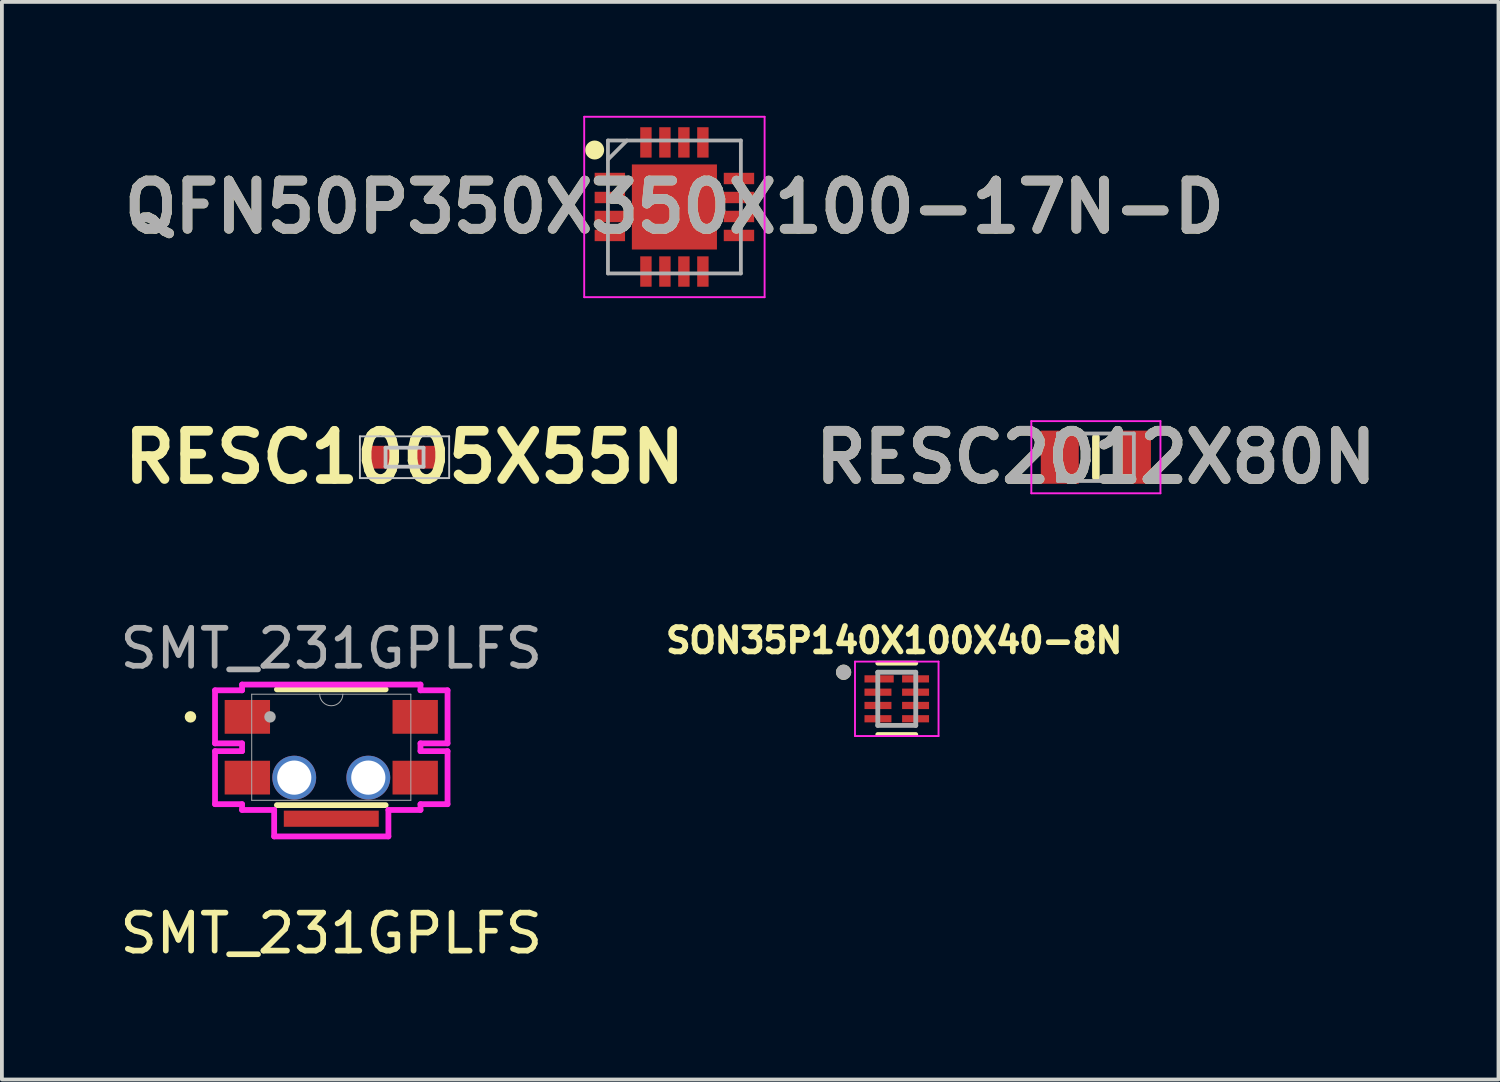
<source format=kicad_pcb>
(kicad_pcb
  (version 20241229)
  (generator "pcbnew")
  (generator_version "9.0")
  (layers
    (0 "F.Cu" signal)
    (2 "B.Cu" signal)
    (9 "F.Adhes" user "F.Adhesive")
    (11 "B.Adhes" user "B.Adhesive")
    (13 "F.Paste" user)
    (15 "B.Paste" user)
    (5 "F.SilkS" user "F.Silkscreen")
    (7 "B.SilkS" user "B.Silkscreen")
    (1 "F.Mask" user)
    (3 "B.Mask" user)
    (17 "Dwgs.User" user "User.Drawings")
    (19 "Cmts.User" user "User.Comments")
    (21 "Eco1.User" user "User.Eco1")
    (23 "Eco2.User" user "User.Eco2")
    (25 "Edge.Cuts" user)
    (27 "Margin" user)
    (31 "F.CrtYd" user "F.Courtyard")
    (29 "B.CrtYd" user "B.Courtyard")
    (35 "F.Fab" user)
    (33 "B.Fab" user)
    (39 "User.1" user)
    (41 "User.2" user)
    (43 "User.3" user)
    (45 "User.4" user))
  (footprint "RESC1005X55N"
    (layer "F.Cu")
    (at 7.602 8.989)
    (property "Reference" "RESC1005X55N" (at 0 0 0) (layer "F.SilkS") (effects (font (size 1.27 1.27) (thickness 0.254))))
    (attr smd)
    (fp_line (start -1.175 -0.55) (end 1.175 -0.55) (stroke (width 0.05) (type solid)) (layer "Dwgs.User"))
    (fp_line (start -1.175 0.55) (end -1.175 -0.55) (stroke (width 0.05) (type solid)) (layer "Dwgs.User"))
    (fp_line (start -0.5 -0.25) (end 0.5 -0.25) (stroke (width 0.1) (type solid)) (layer "Dwgs.User"))
    (fp_line (start -0.5 0.25) (end -0.5 -0.25) (stroke (width 0.1) (type solid)) (layer "Dwgs.User"))
    (fp_line (start 0.5 -0.25) (end 0.5 0.25) (stroke (width 0.1) (type solid)) (layer "Dwgs.User"))
    (fp_line (start 0.5 0.25) (end -0.5 0.25) (stroke (width 0.1) (type solid)) (layer "Dwgs.User"))
    (fp_line (start 1.175 -0.55) (end 1.175 0.55) (stroke (width 0.05) (type solid)) (layer "Dwgs.User"))
    (fp_line (start 1.175 0.55) (end -1.175 0.55) (stroke (width 0.05) (type solid)) (layer "Dwgs.User"))
    (pad "1" smd rect (at -0.55 0 90) (size 0.6 0.75) (layers "F.Cu" "F.Mask" "F.Paste"))
    (pad "2" smd rect (at 0.55 0 90) (size 0.6 0.75) (layers "F.Cu" "F.Mask" "F.Paste")))
  (footprint "SON35P140X100X40-8N"
    (layer "F.Cu")
    (at 20.563 15.351)
    (property "Reference" "SON35P140X100X40-8N" (at -0.068 -1.536 0) (layer "F.SilkS") (effects (font (size 0.64 0.64) (thickness 0.15))))
    (attr smd allow_soldermask_bridges)
    (fp_line (start -0.5 -0.94) (end 0.5 -0.94) (stroke (width 0.127) (type solid)) (layer "F.SilkS"))
    (fp_line (start -0.5 0.94) (end 0.5 0.94) (stroke (width 0.127) (type solid)) (layer "F.SilkS"))
    (fp_circle (center -1.4 -0.7) (end -1.3 -0.7) (stroke (width 0.2) (type solid)) (fill no) (layer "F.SilkS"))
    (fp_line (start -1.1 -0.98) (end 1.1 -0.98) (stroke (width 0.05) (type solid)) (layer "F.CrtYd"))
    (fp_line (start -1.1 0.98) (end -1.1 -0.98) (stroke (width 0.05) (type solid)) (layer "F.CrtYd"))
    (fp_line (start 1.1 -0.98) (end 1.1 0.98) (stroke (width 0.05) (type solid)) (layer "F.CrtYd"))
    (fp_line (start 1.1 0.98) (end -1.1 0.98) (stroke (width 0.05) (type solid)) (layer "F.CrtYd"))
    (fp_line (start -0.5 -0.7) (end 0.5 -0.7) (stroke (width 0.127) (type solid)) (layer "F.Fab"))
    (fp_line (start -0.5 0.7) (end -0.5 -0.7) (stroke (width 0.127) (type solid)) (layer "F.Fab"))
    (fp_line (start 0.5 -0.7) (end 0.5 0.7) (stroke (width 0.127) (type solid)) (layer "F.Fab"))
    (fp_line (start 0.5 0.7) (end -0.5 0.7) (stroke (width 0.127) (type solid)) (layer "F.Fab"))
    (fp_circle (center -1.4 -0.7) (end -1.3 -0.7) (stroke (width 0.2) (type solid)) (fill no) (layer "F.Fab"))
    (pad "1" smd rect (at -0.465 -0.525) (size 0.77 0.19) (layers "F.Cu" "F.Mask" "F.Paste"))
    (pad "2" smd rect (at -0.495 -0.175) (size 0.71 0.19) (layers "F.Cu" "F.Mask" "F.Paste"))
    (pad "3" smd rect (at -0.495 0.175) (size 0.71 0.19) (layers "F.Cu" "F.Mask" "F.Paste"))
    (pad "4" smd rect (at -0.495 0.525) (size 0.71 0.19) (layers "F.Cu" "F.Mask" "F.Paste"))
    (pad "5" smd rect (at 0.495 0.525) (size 0.71 0.19) (layers "F.Cu" "F.Mask" "F.Paste"))
    (pad "6" smd rect (at 0.495 0.175) (size 0.71 0.19) (layers "F.Cu" "F.Mask" "F.Paste"))
    (pad "7" smd rect (at 0.495 -0.175) (size 0.71 0.19) (layers "F.Cu" "F.Mask" "F.Paste"))
    (pad "8" smd rect (at 0.495 -0.525) (size 0.71 0.19) (layers "F.Cu" "F.Mask" "F.Paste")))
  (footprint "RESC2012X80N"
    (layer "F.Cu")
    (at 25.806 8.989)
    (property "Reference" "RESC2012X80N" (at 0 0 0) (layer "F.SilkS") (effects (font (size 1.27 1.27) (thickness 0.254))))
    (attr smd)
    (fp_line (start 0 -0.525) (end 0 0.525) (stroke (width 0.2) (type solid)) (layer "F.SilkS"))
    (fp_line (start -1.7 -0.95) (end 1.7 -0.95) (stroke (width 0.05) (type solid)) (layer "F.CrtYd"))
    (fp_line (start -1.7 0.95) (end -1.7 -0.95) (stroke (width 0.05) (type solid)) (layer "F.CrtYd"))
    (fp_line (start 1.7 -0.95) (end 1.7 0.95) (stroke (width 0.05) (type solid)) (layer "F.CrtYd"))
    (fp_line (start 1.7 0.95) (end -1.7 0.95) (stroke (width 0.05) (type solid)) (layer "F.CrtYd"))
    (fp_line (start -1 -0.625) (end 1 -0.625) (stroke (width 0.1) (type solid)) (layer "F.Fab"))
    (fp_line (start -1 0.625) (end -1 -0.625) (stroke (width 0.1) (type solid)) (layer "F.Fab"))
    (fp_line (start 1 -0.625) (end 1 0.625) (stroke (width 0.1) (type solid)) (layer "F.Fab"))
    (fp_line (start 1 0.625) (end -1 0.625) (stroke (width 0.1) (type solid)) (layer "F.Fab"))
    (fp_text user "${REFERENCE}" (at 0 0 0) (layer "F.Fab") (effects (font (size 1.27 1.27) (thickness 0.254))))
    (pad "1" smd rect (at -0.95 0) (size 1 1.4) (layers "F.Cu" "F.Mask" "F.Paste"))
    (pad "2" smd rect (at 0.95 0) (size 1 1.4) (layers "F.Cu" "F.Mask" "F.Paste")))
  (footprint "SMT_231GPLFS"
    (layer "F.Cu")
    (at 5.673 16.626)
    (property "Reference" "SMT_231GPLFS" (at 0 4.9 0) (unlocked yes) (layer "F.SilkS") (effects (font (size 1 1) (thickness 0.15))))
    (attr smd)
    (fp_line (start -1.432 1.524) (end 1.432 1.524) (stroke (width 0.152) (type solid)) (layer "F.SilkS"))
    (fp_line (start 1.432 -1.524) (end -1.432 -1.524) (stroke (width 0.152) (type solid)) (layer "F.SilkS"))
    (fp_circle (center -3.708 -0.8) (end -3.632 -0.8) (stroke (width 0.152) (type solid)) (fill no) (layer "F.SilkS"))
    (fp_line (start -3.061 -1.499) (end -3.061 -0.102) (stroke (width 0.152) (type solid)) (layer "F.CrtYd"))
    (fp_line (start -3.061 -0.102) (end -2.349 -0.102) (stroke (width 0.152) (type solid)) (layer "F.CrtYd"))
    (fp_line (start -3.061 0.102) (end -3.061 1.499) (stroke (width 0.152) (type solid)) (layer "F.CrtYd"))
    (fp_line (start -3.061 1.499) (end -2.349 1.499) (stroke (width 0.152) (type solid)) (layer "F.CrtYd"))
    (fp_line (start -2.349 -1.651) (end -2.349 -1.499) (stroke (width 0.152) (type solid)) (layer "F.CrtYd"))
    (fp_line (start -2.349 -1.499) (end -3.061 -1.499) (stroke (width 0.152) (type solid)) (layer "F.CrtYd"))
    (fp_line (start -2.349 -0.102) (end -2.349 0.102) (stroke (width 0.152) (type solid)) (layer "F.CrtYd"))
    (fp_line (start -2.349 0.102) (end -3.061 0.102) (stroke (width 0.152) (type solid)) (layer "F.CrtYd"))
    (fp_line (start -2.349 1.499) (end -2.349 1.651) (stroke (width 0.152) (type solid)) (layer "F.CrtYd"))
    (fp_line (start -2.349 1.651) (end -1.504 1.651) (stroke (width 0.152) (type solid)) (layer "F.CrtYd"))
    (fp_line (start -1.504 1.651) (end -1.504 2.348) (stroke (width 0.152) (type solid)) (layer "F.CrtYd"))
    (fp_line (start -1.504 2.348) (end 1.504 2.348) (stroke (width 0.152) (type solid)) (layer "F.CrtYd"))
    (fp_line (start 1.504 1.651) (end 2.349 1.651) (stroke (width 0.152) (type solid)) (layer "F.CrtYd"))
    (fp_line (start 1.504 2.348) (end 1.504 1.651) (stroke (width 0.152) (type solid)) (layer "F.CrtYd"))
    (fp_line (start 2.349 -1.651) (end -2.349 -1.651) (stroke (width 0.152) (type solid)) (layer "F.CrtYd"))
    (fp_line (start 2.349 -1.499) (end 2.349 -1.651) (stroke (width 0.152) (type solid)) (layer "F.CrtYd"))
    (fp_line (start 2.349 -0.102) (end 3.061 -0.102) (stroke (width 0.152) (type solid)) (layer "F.CrtYd"))
    (fp_line (start 2.349 0.102) (end 2.349 -0.102) (stroke (width 0.152) (type solid)) (layer "F.CrtYd"))
    (fp_line (start 2.349 1.499) (end 3.061 1.499) (stroke (width 0.152) (type solid)) (layer "F.CrtYd"))
    (fp_line (start 2.349 1.651) (end 2.349 1.499) (stroke (width 0.152) (type solid)) (layer "F.CrtYd"))
    (fp_line (start 3.061 -1.499) (end 2.349 -1.499) (stroke (width 0.152) (type solid)) (layer "F.CrtYd"))
    (fp_line (start 3.061 -0.102) (end 3.061 -1.499) (stroke (width 0.152) (type solid)) (layer "F.CrtYd"))
    (fp_line (start 3.061 0.102) (end 2.349 0.102) (stroke (width 0.152) (type solid)) (layer "F.CrtYd"))
    (fp_line (start 3.061 1.499) (end 3.061 0.102) (stroke (width 0.152) (type solid)) (layer "F.CrtYd"))
    (fp_line (start -2.095 -1.397) (end -2.095 1.397) (stroke (width 0.025) (type solid)) (layer "F.Fab"))
    (fp_line (start -2.095 1.397) (end 2.095 1.397) (stroke (width 0.025) (type solid)) (layer "F.Fab"))
    (fp_line (start 2.095 -1.397) (end -2.095 -1.397) (stroke (width 0.025) (type solid)) (layer "F.Fab"))
    (fp_line (start 2.095 1.397) (end 2.095 -1.397) (stroke (width 0.025) (type solid)) (layer "F.Fab"))
    (fp_arc (start 0.3048 -1.397) (mid 0 -1.0922) (end -0.3048 -1.397) (stroke (width 0.0254) (type solid)) (layer "F.Fab"))
    (fp_circle (center -1.613 -0.8) (end -1.613 -0.8) (stroke (width 0.152) (type solid)) (fill no) (layer "F.Fab"))
    (fp_text user "${REFERENCE}" (at 0 -2.6 0) (unlocked yes) (layer "F.Fab") (effects (font (size 1 1) (thickness 0.15))))
    (pad "1" smd rect (at -2.21 -0.8) (size 1.194 0.889) (layers "F.Cu" "F.Mask" "F.Paste"))
    (pad "2" smd rect (at -2.21 0.8) (size 1.194 0.889) (layers "F.Cu" "F.Mask" "F.Paste"))
    (pad "3" smd rect (at 2.21 0.8) (size 1.194 0.889) (layers "F.Cu" "F.Mask" "F.Paste"))
    (pad "4" smd rect (at 2.21 -0.8) (size 1.194 0.889) (layers "F.Cu" "F.Mask" "F.Paste"))
    (pad "5" smd rect (at 0 1.882) (size 2.5 0.425) (layers "F.Cu" "F.Mask" "F.Paste"))
    (pad "6" thru_hole circle (at -0.975 0.8) (size 1.154 1.154) (drill 0.9) (layers "*.Cu" "*.Mask"))
    (pad "7" thru_hole circle (at 0.975 0.8) (size 1.154 1.154) (drill 0.9) (layers "*.Cu" "*.Mask")))
  (footprint "QFN50P350X350X100-17N-D"
    (layer "F.Cu")
    (at 14.708 2.4)
    (property "Reference" "QFN50P350X350X100-17N-D" (at 0 0 0) (layer "F.SilkS") (effects (font (size 1.27 1.27) (thickness 0.254))))
    (attr smd)
    (fp_circle (center -2.1 -1.5) (end -2.1 -1.375) (stroke (width 0.25) (type solid)) (fill no) (layer "F.SilkS"))
    (fp_line (start -2.375 -2.375) (end 2.375 -2.375) (stroke (width 0.05) (type solid)) (layer "F.CrtYd"))
    (fp_line (start -2.375 2.375) (end -2.375 -2.375) (stroke (width 0.05) (type solid)) (layer "F.CrtYd"))
    (fp_line (start 2.375 -2.375) (end 2.375 2.375) (stroke (width 0.05) (type solid)) (layer "F.CrtYd"))
    (fp_line (start 2.375 2.375) (end -2.375 2.375) (stroke (width 0.05) (type solid)) (layer "F.CrtYd"))
    (fp_line (start -1.75 -1.75) (end 1.75 -1.75) (stroke (width 0.1) (type solid)) (layer "F.Fab"))
    (fp_line (start -1.75 -1.25) (end -1.25 -1.75) (stroke (width 0.1) (type solid)) (layer "F.Fab"))
    (fp_line (start -1.75 1.75) (end -1.75 -1.75) (stroke (width 0.1) (type solid)) (layer "F.Fab"))
    (fp_line (start 1.75 -1.75) (end 1.75 1.75) (stroke (width 0.1) (type solid)) (layer "F.Fab"))
    (fp_line (start 1.75 1.75) (end -1.75 1.75) (stroke (width 0.1) (type solid)) (layer "F.Fab"))
    (fp_text user "${REFERENCE}" (at 0 0 0) (layer "F.Fab") (effects (font (size 1.27 1.27) (thickness 0.254))))
    (pad "1" smd rect (at -1.7 -0.75 90) (size 0.3 0.8) (layers "F.Cu" "F.Mask" "F.Paste"))
    (pad "2" smd rect (at -1.7 -0.25 90) (size 0.3 0.8) (layers "F.Cu" "F.Mask" "F.Paste"))
    (pad "3" smd rect (at -1.7 0.25 90) (size 0.3 0.8) (layers "F.Cu" "F.Mask" "F.Paste"))
    (pad "4" smd rect (at -1.7 0.75 90) (size 0.3 0.8) (layers "F.Cu" "F.Mask" "F.Paste"))
    (pad "5" smd rect (at -0.75 1.7) (size 0.3 0.8) (layers "F.Cu" "F.Mask" "F.Paste"))
    (pad "6" smd rect (at -0.25 1.7) (size 0.3 0.8) (layers "F.Cu" "F.Mask" "F.Paste"))
    (pad "7" smd rect (at 0.25 1.7) (size 0.3 0.8) (layers "F.Cu" "F.Mask" "F.Paste"))
    (pad "8" smd rect (at 0.75 1.7) (size 0.3 0.8) (layers "F.Cu" "F.Mask" "F.Paste"))
    (pad "9" smd rect (at 1.7 0.75 90) (size 0.3 0.8) (layers "F.Cu" "F.Mask" "F.Paste"))
    (pad "10" smd rect (at 1.7 0.25 90) (size 0.3 0.8) (layers "F.Cu" "F.Mask" "F.Paste"))
    (pad "11" smd rect (at 1.7 -0.25 90) (size 0.3 0.8) (layers "F.Cu" "F.Mask" "F.Paste"))
    (pad "12" smd rect (at 1.7 -0.75 90) (size 0.3 0.8) (layers "F.Cu" "F.Mask" "F.Paste"))
    (pad "13" smd rect (at 0.75 -1.7) (size 0.3 0.8) (layers "F.Cu" "F.Mask" "F.Paste"))
    (pad "14" smd rect (at 0.25 -1.7) (size 0.3 0.8) (layers "F.Cu" "F.Mask" "F.Paste"))
    (pad "15" smd rect (at -0.25 -1.7) (size 0.3 0.8) (layers "F.Cu" "F.Mask" "F.Paste"))
    (pad "16" smd rect (at -0.75 -1.7) (size 0.3 0.8) (layers "F.Cu" "F.Mask" "F.Paste"))
    (pad "17" smd rect (at 0 0) (size 2.24 2.24) (layers "F.Cu" "F.Mask" "F.Paste")))
  (gr_rect
    (start -3 -3)
    (end 36.407 25.374)
    (stroke (width 0.1) (type default))
    (fill no)
    (layer "Edge.Cuts")))
</source>
